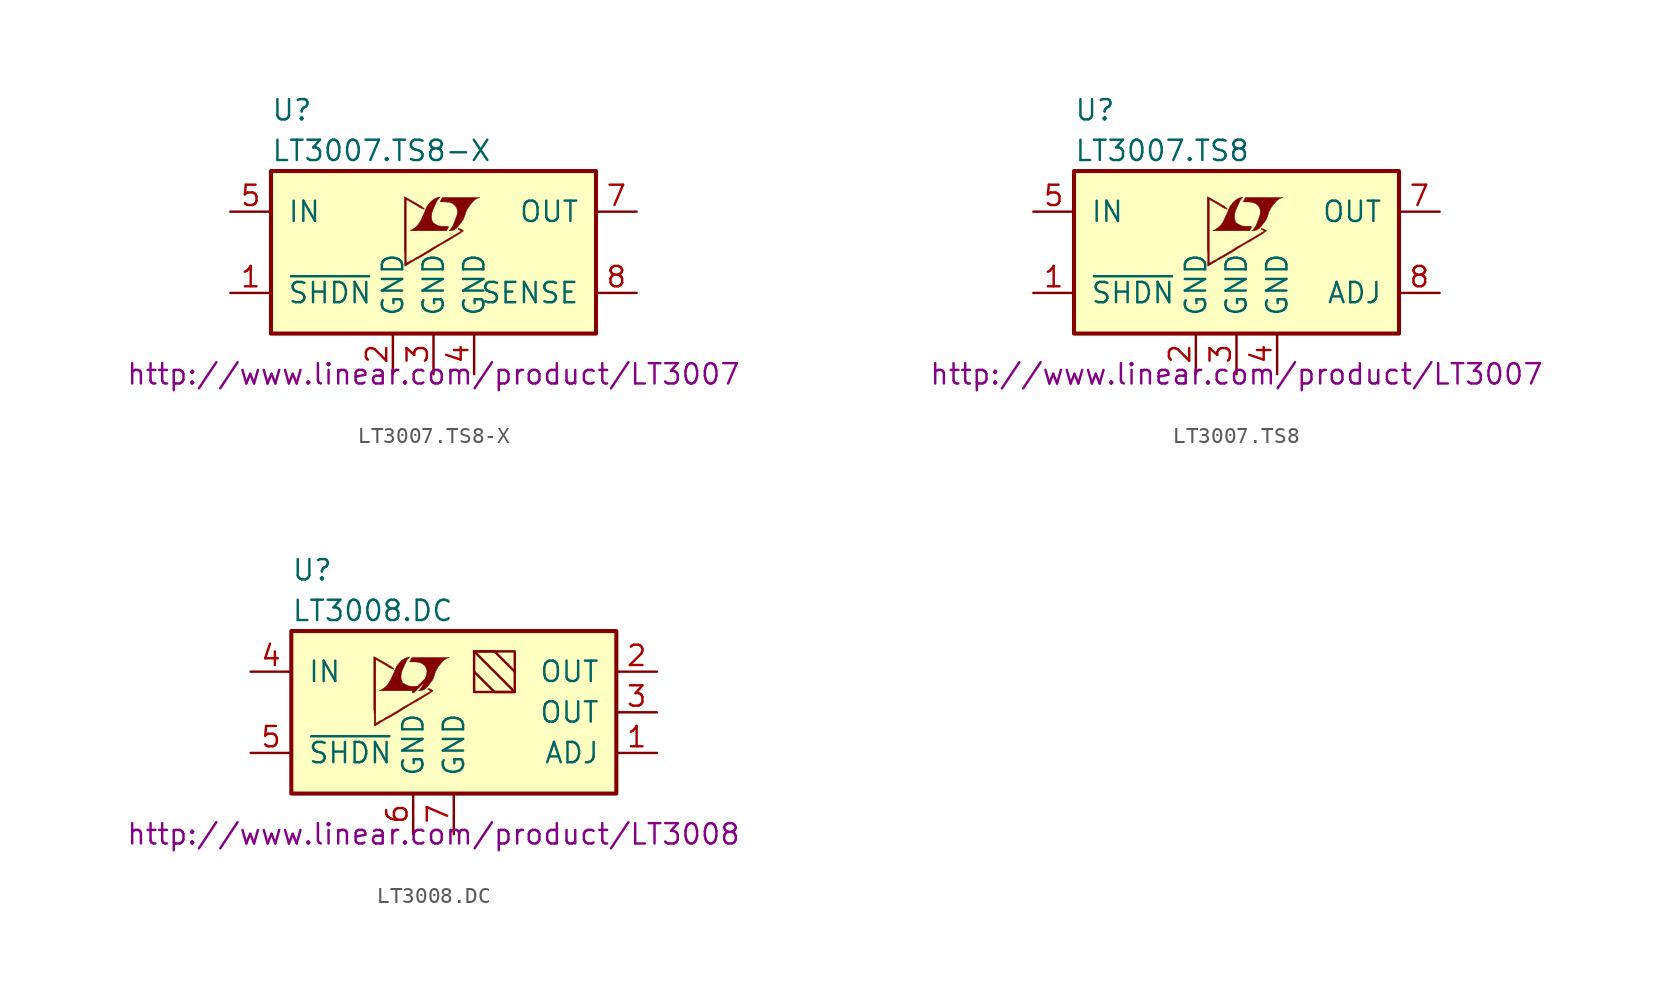
<source format=kicad_sym>
(kicad_symbol_lib
  (version 20201005)
  (generator kicad_symbol_editor)
  (symbol "LT3007.TS8-X"
    (pin_names
      (offset 1.016))
    (property "Reference" "U"
      (at -10.16 8.89 0)
      (effects (font (size 1.27 1.27)) (justify left)))
    (property "Value" "LT3007.TS8-X"
      (at -10.16 6.35 0)
      (effects (font (size 1.27 1.27)) (justify left)))
    (property "Datasheet" "http://www.linear.com/product/LT3007"
      (at 0 -7.62 0)
      (effects (font (size 1.27 1.27))))
    (symbol "LT3007.TS8-X_0_0"
      (polyline (pts (xy 1.219 1.372) (xy 1.397 1.473) (xy 1.549 1.626) (xy 1.854 2.032) (xy 1.956 2.286) (xy 2.032 2.54) (xy 2.184 2.819) (xy 2.362 3.048) (xy 2.54 3.251) (xy 2.743 3.378) (xy 2.896 3.429) (xy 0.559 3.429) (xy 0.483 3.302) (xy 0.483 3.277) (xy 0.432 3.2) (xy 0.406 3.175) (xy 0.457 3.15) (xy 0.737 3.15) (xy 0.991 3.124) (xy 1.194 3.048) (xy 1.346 2.921) (xy 1.448 2.769) (xy 1.499 2.591) (xy 1.473 2.362) (xy 1.473 2.337) (xy 1.245 1.727) (xy 1.143 1.549) (xy 1.041 1.422) (xy 0.965 1.346) (xy 1.067 1.346) (xy 1.219 1.372)) (stroke (width 0.025)) (fill (type outline)))
      (polyline (pts (xy 0.864 1.448) (xy 0.889 1.473) (xy 0.94 1.549) (xy 0.94 1.6) (xy 0.889 1.626) (xy 0.584 1.626) (xy 0.33 1.651) (xy 0.127 1.753) (xy -0.025 1.854) (xy -0.102 2.032) (xy -0.127 2.21) (xy -0.102 2.438) (xy -0.102 2.464) (xy -0.051 2.616) (xy 0.102 2.972) (xy 0.254 3.277) (xy 0.33 3.353) (xy 0.406 3.454) (xy 0.279 3.429) (xy 0.127 3.378) (xy -0.076 3.251) (xy -0.254 3.073) (xy -0.406 2.87) (xy -0.533 2.591) (xy -0.533 2.565) (xy -0.686 2.235) (xy -0.813 1.956) (xy -0.965 1.727) (xy -1.118 1.575) (xy -1.295 1.448) (xy -1.473 1.346) (xy 0.813 1.346) (xy 0.864 1.448)) (stroke (width 0.025)) (fill (type outline)))
      (polyline (pts (xy -1.727 -0.838) (xy -1.651 -0.787) (xy -1.524 -0.711) (xy -1.448 -0.66) (xy -1.194 -0.508) (xy -0.635 -0.203) (xy -0.127 0.102) (xy 0.102 0.254) (xy 0.279 0.356) (xy 0.432 0.457) (xy 0.533 0.508) (xy 0.61 0.559) (xy 0.762 0.635) (xy 0.94 0.737) (xy 1.346 0.991) (xy 1.524 1.092) (xy 1.676 1.194) (xy 1.778 1.27) (xy 1.854 1.321) (xy 1.88 1.346) (xy 1.727 1.448) (xy 1.575 1.499) (xy 1.549 1.473) (xy 1.549 1.448) (xy 1.626 1.397) (xy 1.727 1.321) (xy 0.813 0.787) (xy 0.61 0.66) (xy 0.305 0.483) (xy -0.025 0.305) (xy -0.33 0.102) (xy -0.635 -0.076) (xy -0.889 -0.229) (xy -1.092 -0.33) (xy -1.27 -0.457) (xy -1.448 -0.533) (xy -1.575 -0.61) (xy -1.676 -0.66) (xy -1.702 -0.686) (xy -1.702 3.302) (xy -1.168 2.997) (xy -1.041 2.921) (xy -0.889 2.819) (xy -0.737 2.743) (xy -0.66 2.718) (xy -0.61 2.692) (xy -0.584 2.692) (xy -0.584 2.743) (xy -0.66 2.794) (xy -0.787 2.896) (xy -0.965 2.997) (xy -1.092 3.073) (xy -1.448 3.277) (xy -1.575 3.353) (xy -1.829 3.48) (xy -1.829 0.203) (xy -1.803 -0.102) (xy -1.803 -0.864) (xy -1.778 -0.864) (xy -1.727 -0.838)) (stroke (width 0.025)) (fill (type outline))))
    (symbol "LT3007.TS8-X_0_1"
      (rectangle (start -10.16 5.08) (end 10.16 -5.08) (stroke (width 0.254)) (fill (type background))))
    (symbol "LT3007.TS8-X_1_1"
      (pin input line (at -12.7 -2.54 0) (length 2.54) (name "~SHDN~" (effects (font (size 1.27 1.27)))) (number "1" (effects (font (size 1.27 1.27)))))
      (pin power_in line (at -2.54 -7.62 90) (length 2.54) (name "GND" (effects (font (size 1.27 1.27)))) (number "2" (effects (font (size 1.27 1.27)))))
      (pin power_in line (at 0 -7.62 90) (length 2.54) (name "GND" (effects (font (size 1.27 1.27)))) (number "3" (effects (font (size 1.27 1.27)))))
      (pin power_in line (at 2.54 -7.62 90) (length 2.54) (name "GND" (effects (font (size 1.27 1.27)))) (number "4" (effects (font (size 1.27 1.27)))))
      (pin power_in line (at -12.7 2.54 0) (length 2.54) (name "IN" (effects (font (size 1.27 1.27)))) (number "5" (effects (font (size 1.27 1.27)))))
      (pin unconnected line (at -12.7 0 0) (length 2.54) hide (name "NC" (effects (font (size 1.27 1.27)))) (number "6" (effects (font (size 1.27 1.27)))))
      (pin power_out line (at 12.7 2.54 180) (length 2.54) (name "OUT" (effects (font (size 1.27 1.27)))) (number "7" (effects (font (size 1.27 1.27)))))
      (pin passive line (at 12.7 -2.54 180) (length 2.54) (name "SENSE" (effects (font (size 1.27 1.27)))) (number "8" (effects (font (size 1.27 1.27)))))))
  (symbol "LT3007.TS8"
    (pin_names
      (offset 1.016))
    (property "Reference" "U"
      (at -10.16 8.89 0)
      (effects (font (size 1.27 1.27)) (justify left)))
    (property "Value" "LT3007.TS8"
      (at -10.16 6.35 0)
      (effects (font (size 1.27 1.27)) (justify left)))
    (property "Datasheet" "http://www.linear.com/product/LT3007"
      (at 0 -7.62 0)
      (effects (font (size 1.27 1.27))))
    (symbol "LT3007.TS8_0_0"
      (polyline (pts (xy 1.219 1.372) (xy 1.397 1.473) (xy 1.549 1.626) (xy 1.854 2.032) (xy 1.956 2.286) (xy 2.032 2.54) (xy 2.184 2.819) (xy 2.362 3.048) (xy 2.54 3.251) (xy 2.743 3.378) (xy 2.896 3.429) (xy 0.559 3.429) (xy 0.483 3.302) (xy 0.483 3.277) (xy 0.432 3.2) (xy 0.406 3.175) (xy 0.457 3.15) (xy 0.737 3.15) (xy 0.991 3.124) (xy 1.194 3.048) (xy 1.346 2.921) (xy 1.448 2.769) (xy 1.499 2.591) (xy 1.473 2.362) (xy 1.473 2.337) (xy 1.245 1.727) (xy 1.143 1.549) (xy 1.041 1.422) (xy 0.965 1.346) (xy 1.067 1.346) (xy 1.219 1.372)) (stroke (width 0.025)) (fill (type outline)))
      (polyline (pts (xy 0.864 1.448) (xy 0.889 1.473) (xy 0.94 1.549) (xy 0.94 1.6) (xy 0.889 1.626) (xy 0.584 1.626) (xy 0.33 1.651) (xy 0.127 1.753) (xy -0.025 1.854) (xy -0.102 2.032) (xy -0.127 2.21) (xy -0.102 2.438) (xy -0.102 2.464) (xy -0.051 2.616) (xy 0.102 2.972) (xy 0.254 3.277) (xy 0.33 3.353) (xy 0.406 3.454) (xy 0.279 3.429) (xy 0.127 3.378) (xy -0.076 3.251) (xy -0.254 3.073) (xy -0.406 2.87) (xy -0.533 2.591) (xy -0.533 2.565) (xy -0.686 2.235) (xy -0.813 1.956) (xy -0.965 1.727) (xy -1.118 1.575) (xy -1.295 1.448) (xy -1.473 1.346) (xy 0.813 1.346) (xy 0.864 1.448)) (stroke (width 0.025)) (fill (type outline)))
      (polyline (pts (xy -1.727 -0.838) (xy -1.651 -0.787) (xy -1.524 -0.711) (xy -1.448 -0.66) (xy -1.194 -0.508) (xy -0.635 -0.203) (xy -0.127 0.102) (xy 0.102 0.254) (xy 0.279 0.356) (xy 0.432 0.457) (xy 0.533 0.508) (xy 0.61 0.559) (xy 0.762 0.635) (xy 0.94 0.737) (xy 1.346 0.991) (xy 1.524 1.092) (xy 1.676 1.194) (xy 1.778 1.27) (xy 1.854 1.321) (xy 1.88 1.346) (xy 1.727 1.448) (xy 1.575 1.499) (xy 1.549 1.473) (xy 1.549 1.448) (xy 1.626 1.397) (xy 1.727 1.321) (xy 0.813 0.787) (xy 0.61 0.66) (xy 0.305 0.483) (xy -0.025 0.305) (xy -0.33 0.102) (xy -0.635 -0.076) (xy -0.889 -0.229) (xy -1.092 -0.33) (xy -1.27 -0.457) (xy -1.448 -0.533) (xy -1.575 -0.61) (xy -1.676 -0.66) (xy -1.702 -0.686) (xy -1.702 3.302) (xy -1.168 2.997) (xy -1.041 2.921) (xy -0.889 2.819) (xy -0.737 2.743) (xy -0.66 2.718) (xy -0.61 2.692) (xy -0.584 2.692) (xy -0.584 2.743) (xy -0.66 2.794) (xy -0.787 2.896) (xy -0.965 2.997) (xy -1.092 3.073) (xy -1.448 3.277) (xy -1.575 3.353) (xy -1.829 3.48) (xy -1.829 0.203) (xy -1.803 -0.102) (xy -1.803 -0.864) (xy -1.778 -0.864) (xy -1.727 -0.838)) (stroke (width 0.025)) (fill (type outline))))
    (symbol "LT3007.TS8_0_1"
      (rectangle (start -10.16 5.08) (end 10.16 -5.08) (stroke (width 0.254)) (fill (type background))))
    (symbol "LT3007.TS8_1_1"
      (pin input line (at -12.7 -2.54 0) (length 2.54) (name "~SHDN~" (effects (font (size 1.27 1.27)))) (number "1" (effects (font (size 1.27 1.27)))))
      (pin power_in line (at -2.54 -7.62 90) (length 2.54) (name "GND" (effects (font (size 1.27 1.27)))) (number "2" (effects (font (size 1.27 1.27)))))
      (pin power_in line (at 0 -7.62 90) (length 2.54) (name "GND" (effects (font (size 1.27 1.27)))) (number "3" (effects (font (size 1.27 1.27)))))
      (pin power_in line (at 2.54 -7.62 90) (length 2.54) (name "GND" (effects (font (size 1.27 1.27)))) (number "4" (effects (font (size 1.27 1.27)))))
      (pin power_in line (at -12.7 2.54 0) (length 2.54) (name "IN" (effects (font (size 1.27 1.27)))) (number "5" (effects (font (size 1.27 1.27)))))
      (pin unconnected line (at -12.7 0 0) (length 2.54) hide (name "NC" (effects (font (size 1.27 1.27)))) (number "6" (effects (font (size 1.27 1.27)))))
      (pin power_out line (at 12.7 2.54 180) (length 2.54) (name "OUT" (effects (font (size 1.27 1.27)))) (number "7" (effects (font (size 1.27 1.27)))))
      (pin passive line (at 12.7 -2.54 180) (length 2.54) (name "ADJ" (effects (font (size 1.27 1.27)))) (number "8" (effects (font (size 1.27 1.27)))))))
  (symbol "LT3008.DC"
    (pin_names
      (offset 1.016))
    (property "Reference" "U"
      (at -10.16 8.89 0)
      (effects (font (size 1.27 1.27)) (justify left)))
    (property "Value" "LT3008.DC"
      (at -10.16 6.35 0)
      (effects (font (size 1.27 1.27)) (justify left)))
    (property "Datasheet" "http://www.linear.com/product/LT3008"
      (at -1.27 -7.62 0)
      (effects (font (size 1.27 1.27))))
    (symbol "LT3008.DC_0_0"
      (polyline (pts (xy -1.956 1.372) (xy -1.778 1.473) (xy -1.626 1.626) (xy -1.321 2.032) (xy -1.219 2.286) (xy -1.143 2.54) (xy -0.991 2.819) (xy -0.813 3.048) (xy -0.635 3.251) (xy -0.432 3.378) (xy -0.279 3.429) (xy -2.616 3.429) (xy -2.692 3.302) (xy -2.692 3.277) (xy -2.743 3.2) (xy -2.769 3.175) (xy -2.718 3.15) (xy -2.438 3.15) (xy -2.184 3.124) (xy -1.981 3.048) (xy -1.829 2.921) (xy -1.727 2.769) (xy -1.676 2.591) (xy -1.702 2.362) (xy -1.702 2.337) (xy -1.93 1.727) (xy -2.032 1.549) (xy -2.134 1.422) (xy -2.21 1.346) (xy -2.108 1.346) (xy -1.956 1.372)) (stroke (width 0.025)) (fill (type outline)))
      (polyline (pts (xy -2.311 1.448) (xy -2.286 1.473) (xy -2.235 1.549) (xy -2.235 1.6) (xy -2.286 1.626) (xy -2.591 1.626) (xy -2.845 1.651) (xy -3.048 1.753) (xy -3.2 1.854) (xy -3.277 2.032) (xy -3.302 2.21) (xy -3.277 2.438) (xy -3.277 2.464) (xy -3.226 2.616) (xy -3.073 2.972) (xy -2.921 3.277) (xy -2.845 3.353) (xy -2.769 3.454) (xy -2.896 3.429) (xy -3.048 3.378) (xy -3.251 3.251) (xy -3.429 3.073) (xy -3.581 2.87) (xy -3.708 2.591) (xy -3.708 2.565) (xy -3.861 2.235) (xy -3.988 1.956) (xy -4.14 1.727) (xy -4.293 1.575) (xy -4.47 1.448) (xy -4.648 1.346) (xy -2.362 1.346) (xy -2.311 1.448)) (stroke (width 0.025)) (fill (type outline)))
      (polyline (pts (xy -4.902 -0.838) (xy -4.826 -0.787) (xy -4.699 -0.711) (xy -4.623 -0.66) (xy -4.369 -0.508) (xy -3.81 -0.203) (xy -3.302 0.102) (xy -3.073 0.254) (xy -2.896 0.356) (xy -2.743 0.457) (xy -2.642 0.508) (xy -2.565 0.559) (xy -2.413 0.635) (xy -2.235 0.737) (xy -1.829 0.991) (xy -1.651 1.092) (xy -1.499 1.194) (xy -1.397 1.27) (xy -1.321 1.321) (xy -1.295 1.346) (xy -1.448 1.448) (xy -1.6 1.499) (xy -1.626 1.473) (xy -1.626 1.448) (xy -1.549 1.397) (xy -1.448 1.321) (xy -2.362 0.787) (xy -2.565 0.66) (xy -2.87 0.483) (xy -3.2 0.305) (xy -3.505 0.102) (xy -3.81 -0.076) (xy -4.064 -0.229) (xy -4.267 -0.33) (xy -4.445 -0.457) (xy -4.623 -0.533) (xy -4.75 -0.61) (xy -4.851 -0.66) (xy -4.877 -0.686) (xy -4.877 3.302) (xy -4.343 2.997) (xy -4.216 2.921) (xy -4.064 2.819) (xy -3.912 2.743) (xy -3.835 2.718) (xy -3.785 2.692) (xy -3.759 2.692) (xy -3.759 2.743) (xy -3.835 2.794) (xy -3.962 2.896) (xy -4.14 2.997) (xy -4.267 3.073) (xy -4.623 3.277) (xy -4.75 3.353) (xy -5.004 3.48) (xy -5.004 0.203) (xy -4.978 -0.102) (xy -4.978 -0.864) (xy -4.953 -0.864) (xy -4.902 -0.838)) (stroke (width 0.025)) (fill (type outline))))
    (symbol "LT3008.DC_0_1"
      (rectangle (start -10.16 5.08) (end 10.16 -5.08) (stroke (width 0.254)) (fill (type background)))
      (rectangle (start 1.27 3.81) (end 3.81 1.27) (stroke (width 0)) (fill (type none)))
      (polyline (pts (xy -1.27 2.54) (xy -2.54 1.27)) (stroke (width 0)) (fill (type none)))
      (polyline (pts (xy 1.27 2.54) (xy 2.54 1.27) (xy 3.81 1.27) (xy 1.27 3.81) (xy 2.54 3.81) (xy 3.81 2.54)) (stroke (width 0)) (fill (type none))))
    (symbol "LT3008.DC_1_1"
      (pin passive line (at 12.7 -2.54 180) (length 2.54) (name "ADJ" (effects (font (size 1.27 1.27)))) (number "1" (effects (font (size 1.27 1.27)))))
      (pin passive line (at 12.7 2.54 180) (length 2.54) (name "OUT" (effects (font (size 1.27 1.27)))) (number "2" (effects (font (size 1.27 1.27)))))
      (pin passive line (at 12.7 0 180) (length 2.54) (name "OUT" (effects (font (size 1.27 1.27)))) (number "3" (effects (font (size 1.27 1.27)))))
      (pin power_in line (at -12.7 2.54 0) (length 2.54) (name "IN" (effects (font (size 1.27 1.27)))) (number "4" (effects (font (size 1.27 1.27)))))
      (pin input line (at -12.7 -2.54 0) (length 2.54) (name "~SHDN~" (effects (font (size 1.27 1.27)))) (number "5" (effects (font (size 1.27 1.27)))))
      (pin power_in line (at -2.54 -7.62 90) (length 2.54) (name "GND" (effects (font (size 1.27 1.27)))) (number "6" (effects (font (size 1.27 1.27)))))
      (pin power_in line (at 0 -7.62 90) (length 2.54) (name "GND" (effects (font (size 1.27 1.27)))) (number "7" (effects (font (size 1.27 1.27))))))))
</source>
